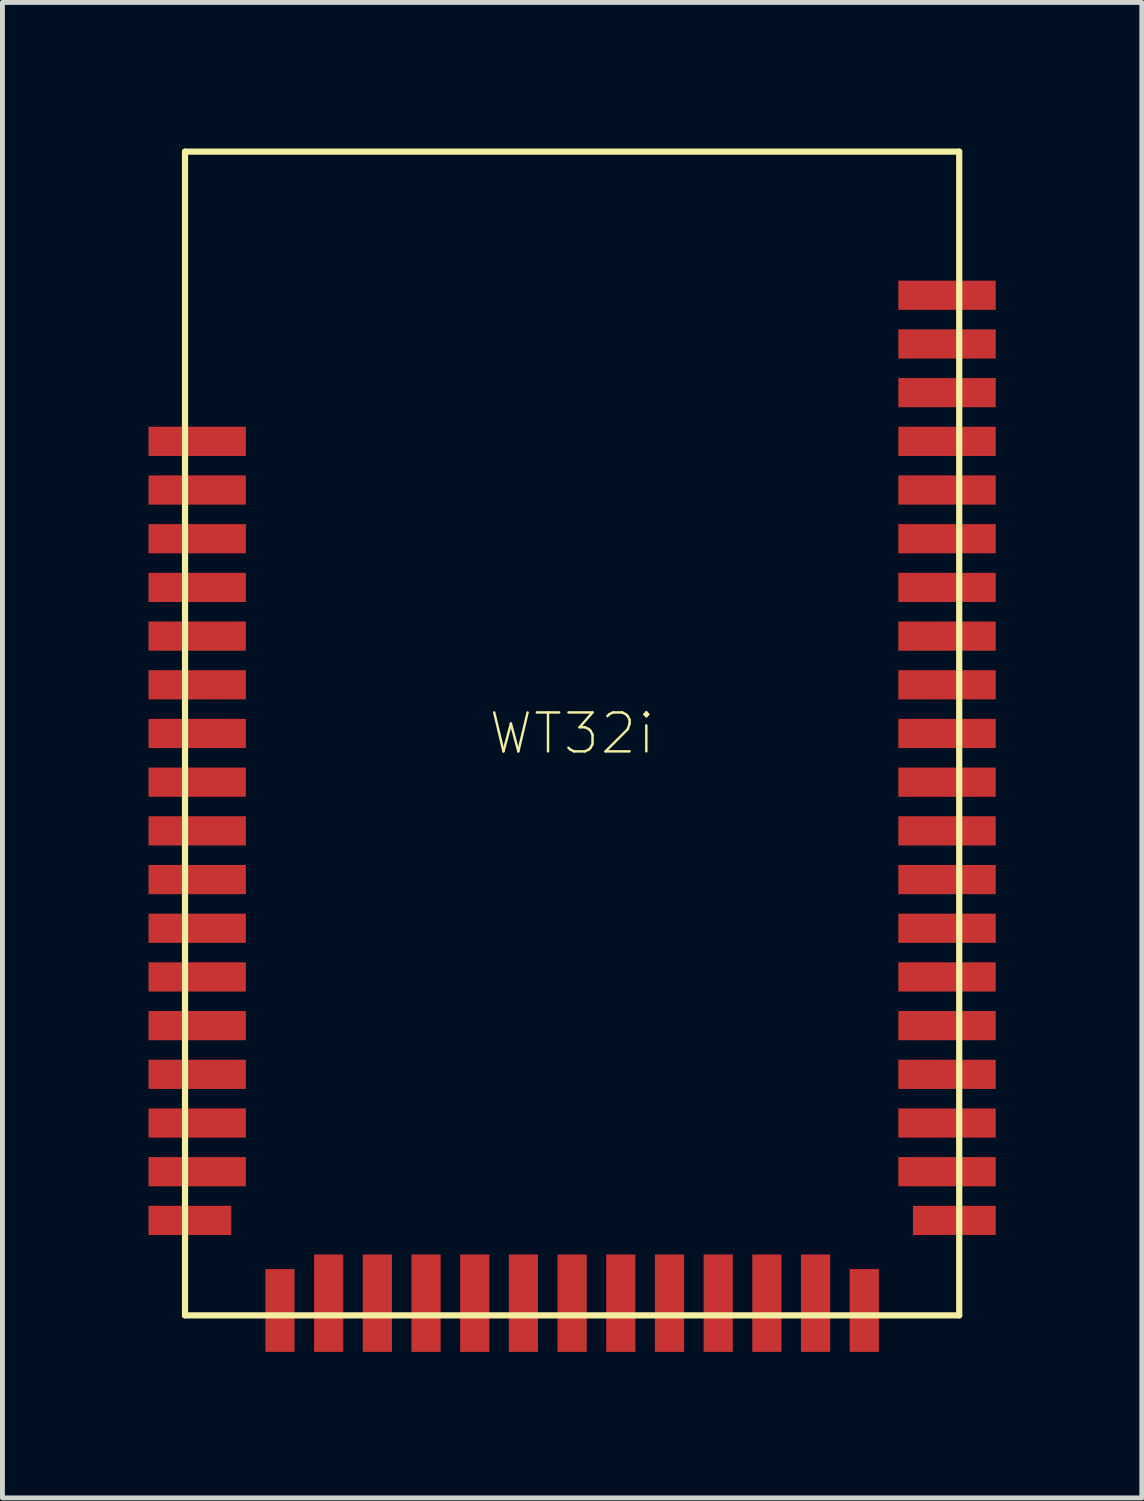
<source format=kicad_pcb>
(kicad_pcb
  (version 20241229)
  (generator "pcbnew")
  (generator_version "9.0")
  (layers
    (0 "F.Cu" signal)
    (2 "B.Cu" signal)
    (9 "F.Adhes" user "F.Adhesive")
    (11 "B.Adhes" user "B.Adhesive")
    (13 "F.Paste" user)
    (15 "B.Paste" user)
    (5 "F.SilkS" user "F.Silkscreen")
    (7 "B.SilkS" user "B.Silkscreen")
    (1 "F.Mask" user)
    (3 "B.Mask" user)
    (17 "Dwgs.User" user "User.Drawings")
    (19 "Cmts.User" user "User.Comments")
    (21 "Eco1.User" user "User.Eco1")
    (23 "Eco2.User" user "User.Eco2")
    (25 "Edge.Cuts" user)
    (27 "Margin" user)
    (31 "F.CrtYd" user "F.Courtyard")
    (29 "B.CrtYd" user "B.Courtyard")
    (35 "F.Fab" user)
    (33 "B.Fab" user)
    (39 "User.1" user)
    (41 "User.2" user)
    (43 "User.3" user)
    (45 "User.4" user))
  (footprint "WT32i"
    (layer "F.Cu")
    (at 8.7 12.014)
    (property "Reference" "WT32i" (at 0 0 0) (layer "F.SilkS") (effects (font (size 0.8 0.8) (thickness 0.05))))
    (attr smd)
    (fp_line (start -7.95 -11.95) (end 7.95 -11.95) (stroke (width 0.127) (type solid)) (layer "F.SilkS"))
    (fp_line (start -7.95 11.95) (end -7.95 -11.95) (stroke (width 0.127) (type solid)) (layer "F.SilkS"))
    (fp_line (start 7.95 -11.95) (end 7.95 11.95) (stroke (width 0.127) (type solid)) (layer "F.SilkS"))
    (fp_line (start 7.95 11.95) (end -7.95 11.95) (stroke (width 0.127) (type solid)) (layer "F.SilkS"))
    (pad "1" smd rect (at -7.7 -6 90) (size 0.6 2) (layers "F.Cu" "F.Mask" "F.Paste"))
    (pad "2" smd rect (at -7.7 -5 90) (size 0.6 2) (layers "F.Cu" "F.Mask" "F.Paste"))
    (pad "3" smd rect (at -7.7 -4 90) (size 0.6 2) (layers "F.Cu" "F.Mask" "F.Paste"))
    (pad "4" smd rect (at -7.7 -3 90) (size 0.6 2) (layers "F.Cu" "F.Mask" "F.Paste"))
    (pad "5" smd rect (at -7.7 -2 90) (size 0.6 2) (layers "F.Cu" "F.Mask" "F.Paste"))
    (pad "6" smd rect (at -7.7 -1 90) (size 0.6 2) (layers "F.Cu" "F.Mask" "F.Paste"))
    (pad "7" smd rect (at -7.7 0 90) (size 0.6 2) (layers "F.Cu" "F.Mask" "F.Paste"))
    (pad "8" smd rect (at -7.7 1 90) (size 0.6 2) (layers "F.Cu" "F.Mask" "F.Paste"))
    (pad "9" smd rect (at -7.7 2 90) (size 0.6 2) (layers "F.Cu" "F.Mask" "F.Paste"))
    (pad "10" smd rect (at -7.7 3 90) (size 0.6 2) (layers "F.Cu" "F.Mask" "F.Paste"))
    (pad "11" smd rect (at -7.7 4 90) (size 0.6 2) (layers "F.Cu" "F.Mask" "F.Paste"))
    (pad "12" smd rect (at -7.7 5 90) (size 0.6 2) (layers "F.Cu" "F.Mask" "F.Paste"))
    (pad "13" smd rect (at -7.7 6 90) (size 0.6 2) (layers "F.Cu" "F.Mask" "F.Paste"))
    (pad "14" smd rect (at -7.7 7 90) (size 0.6 2) (layers "F.Cu" "F.Mask" "F.Paste"))
    (pad "15" smd rect (at -7.7 8 90) (size 0.6 2) (layers "F.Cu" "F.Mask" "F.Paste"))
    (pad "16" smd rect (at -7.7 9 90) (size 0.6 2) (layers "F.Cu" "F.Mask" "F.Paste"))
    (pad "17" smd rect (at -7.85 10 90) (size 0.6 1.7) (layers "F.Cu" "F.Mask" "F.Paste"))
    (pad "18" smd rect (at -6 11.85 180) (size 0.6 1.7) (layers "F.Cu" "F.Mask" "F.Paste"))
    (pad "19" smd rect (at -5 11.7 180) (size 0.6 2) (layers "F.Cu" "F.Mask" "F.Paste"))
    (pad "20" smd rect (at -4 11.7 180) (size 0.6 2) (layers "F.Cu" "F.Mask" "F.Paste"))
    (pad "21" smd rect (at -3 11.7 180) (size 0.6 2) (layers "F.Cu" "F.Mask" "F.Paste"))
    (pad "22" smd rect (at -2 11.7 180) (size 0.6 2) (layers "F.Cu" "F.Mask" "F.Paste"))
    (pad "23" smd rect (at -1 11.7 180) (size 0.6 2) (layers "F.Cu" "F.Mask" "F.Paste"))
    (pad "24" smd rect (at 0 11.7 180) (size 0.6 2) (layers "F.Cu" "F.Mask" "F.Paste"))
    (pad "25" smd rect (at 1 11.7 180) (size 0.6 2) (layers "F.Cu" "F.Mask" "F.Paste"))
    (pad "26" smd rect (at 2 11.7 180) (size 0.6 2) (layers "F.Cu" "F.Mask" "F.Paste"))
    (pad "27" smd rect (at 3 11.7 180) (size 0.6 2) (layers "F.Cu" "F.Mask" "F.Paste"))
    (pad "28" smd rect (at 4 11.7 180) (size 0.6 2) (layers "F.Cu" "F.Mask" "F.Paste"))
    (pad "29" smd rect (at 5 11.7 180) (size 0.6 2) (layers "F.Cu" "F.Mask" "F.Paste"))
    (pad "30" smd rect (at 6 11.85 180) (size 0.6 1.7) (layers "F.Cu" "F.Mask" "F.Paste"))
    (pad "31" smd rect (at 7.85 10 90) (size 0.6 1.7) (layers "F.Cu" "F.Mask" "F.Paste"))
    (pad "32" smd rect (at 7.7 9 90) (size 0.6 2) (layers "F.Cu" "F.Mask" "F.Paste"))
    (pad "33" smd rect (at 7.7 8 90) (size 0.6 2) (layers "F.Cu" "F.Mask" "F.Paste"))
    (pad "34" smd rect (at 7.7 7 90) (size 0.6 2) (layers "F.Cu" "F.Mask" "F.Paste"))
    (pad "35" smd rect (at 7.7 6 90) (size 0.6 2) (layers "F.Cu" "F.Mask" "F.Paste"))
    (pad "36" smd rect (at 7.7 5 90) (size 0.6 2) (layers "F.Cu" "F.Mask" "F.Paste"))
    (pad "37" smd rect (at 7.7 4 90) (size 0.6 2) (layers "F.Cu" "F.Mask" "F.Paste"))
    (pad "38" smd rect (at 7.7 3 90) (size 0.6 2) (layers "F.Cu" "F.Mask" "F.Paste"))
    (pad "39" smd rect (at 7.7 2 90) (size 0.6 2) (layers "F.Cu" "F.Mask" "F.Paste"))
    (pad "40" smd rect (at 7.7 1 90) (size 0.6 2) (layers "F.Cu" "F.Mask" "F.Paste"))
    (pad "41" smd rect (at 7.7 0 90) (size 0.6 2) (layers "F.Cu" "F.Mask" "F.Paste"))
    (pad "42" smd rect (at 7.7 -1 90) (size 0.6 2) (layers "F.Cu" "F.Mask" "F.Paste"))
    (pad "43" smd rect (at 7.7 -2 90) (size 0.6 2) (layers "F.Cu" "F.Mask" "F.Paste"))
    (pad "44" smd rect (at 7.7 -3 90) (size 0.6 2) (layers "F.Cu" "F.Mask" "F.Paste"))
    (pad "45" smd rect (at 7.7 -4 90) (size 0.6 2) (layers "F.Cu" "F.Mask" "F.Paste"))
    (pad "46" smd rect (at 7.7 -5 90) (size 0.6 2) (layers "F.Cu" "F.Mask" "F.Paste"))
    (pad "47" smd rect (at 7.7 -6 90) (size 0.6 2) (layers "F.Cu" "F.Mask" "F.Paste"))
    (pad "48" smd rect (at 7.7 -7 90) (size 0.6 2) (layers "F.Cu" "F.Mask" "F.Paste"))
    (pad "49" smd rect (at 7.7 -8 90) (size 0.6 2) (layers "F.Cu" "F.Mask" "F.Paste"))
    (pad "50" smd rect (at 7.7 -9 90) (size 0.6 2) (layers "F.Cu" "F.Mask" "F.Paste")))
  (gr_rect
    (start -3 -3)
    (end 20.4 27.713)
    (stroke (width 0.1) (type default))
    (fill no)
    (layer "Edge.Cuts")))
</source>
